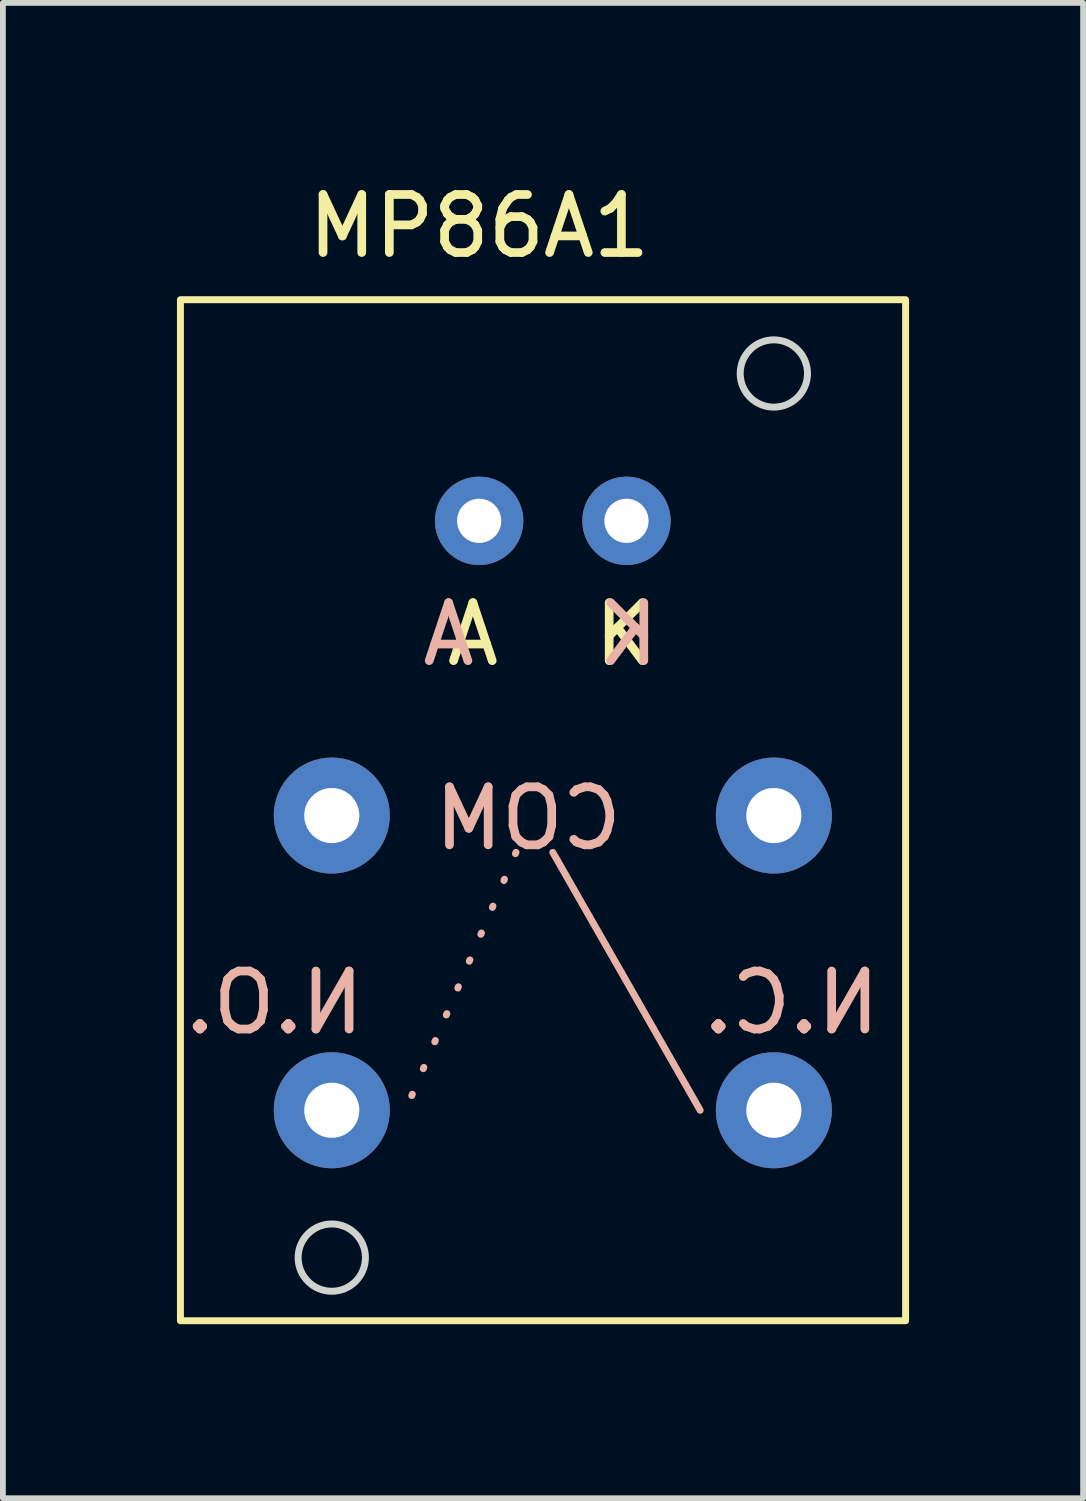
<source format=kicad_pcb>
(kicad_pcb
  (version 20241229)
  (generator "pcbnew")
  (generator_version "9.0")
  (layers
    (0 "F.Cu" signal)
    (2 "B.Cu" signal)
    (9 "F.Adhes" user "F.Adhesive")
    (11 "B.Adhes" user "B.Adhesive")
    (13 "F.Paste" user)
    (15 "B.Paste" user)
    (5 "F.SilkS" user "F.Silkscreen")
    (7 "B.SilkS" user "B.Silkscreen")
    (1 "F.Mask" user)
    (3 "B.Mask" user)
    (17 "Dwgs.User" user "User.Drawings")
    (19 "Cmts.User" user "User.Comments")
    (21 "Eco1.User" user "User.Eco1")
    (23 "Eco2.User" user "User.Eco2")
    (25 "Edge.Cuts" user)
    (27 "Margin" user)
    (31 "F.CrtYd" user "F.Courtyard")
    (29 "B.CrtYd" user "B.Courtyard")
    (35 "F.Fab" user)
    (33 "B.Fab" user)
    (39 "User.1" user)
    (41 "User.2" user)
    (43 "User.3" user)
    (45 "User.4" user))
  (footprint "MP86A1"
    (layer "F.Cu")
    (at 5.209 3.388)
    (property "Reference" "MP86A1" (at 0 -2.54 0) (unlocked yes) (layer "F.SilkS") (effects (font (size 1 1) (thickness 0.15))))
    (attr through_hole)
    (fp_rect (start -5.149 -1.272) (end 7.351 16.328) (stroke (width 0.12) (type default)) (fill no) (layer "F.SilkS"))
    (fp_line (start 0.635 8.255) (end -1.27 12.7) (stroke (width 0.12) (type dot)) (layer "B.SilkS"))
    (fp_line (start 1.27 8.255) (end 3.81 12.7) (stroke (width 0.12) (type default)) (layer "B.SilkS"))
    (fp_circle (center -2.54 15.24) (end -1.96 15.24) (stroke (width 0.12) (type default)) (fill no) (layer "Edge.Cuts"))
    (fp_circle (center 5.08 0) (end 5.66 0) (stroke (width 0.12) (type default)) (fill no) (layer "Edge.Cuts"))
    (fp_text user "A" (at -0.635 5.08 0) (unlocked yes) (layer "F.SilkS") (effects (font (size 1 1) (thickness 0.15)) (justify left bottom)))
    (fp_text user "K" (at 1.905 5.08 0) (unlocked yes) (layer "F.SilkS") (effects (font (size 1 1) (thickness 0.15)) (justify left bottom)))
    (fp_text user "COM" (at 2.54 8.255 0) (unlocked yes) (layer "B.SilkS") (effects (font (size 1 1) (thickness 0.15)) (justify left bottom mirror)))
    (fp_text user "K" (at 3.175 5.08 0) (unlocked yes) (layer "B.SilkS") (effects (font (size 1 1) (thickness 0.15)) (justify left bottom mirror)))
    (fp_text user "A" (at 0 5.08 0) (unlocked yes) (layer "B.SilkS") (effects (font (size 1 1) (thickness 0.15)) (justify left bottom mirror)))
    (fp_text user "N.O." (at -1.905 11.43 0) (unlocked yes) (layer "B.SilkS") (effects (font (size 1 1) (thickness 0.15)) (justify left bottom mirror)))
    (fp_text user "N.C." (at 6.985 11.43 0) (unlocked yes) (layer "B.SilkS") (effects (font (size 1 1) (thickness 0.15)) (justify left bottom mirror)))
    (pad "1" thru_hole circle (at -2.54 7.62) (size 2 2) (drill 0.95) (layers "*.Cu" "*.Mask"))
    (pad "1" thru_hole circle (at 5.08 7.62) (size 2 2) (drill 0.95) (layers "*.Cu" "*.Mask"))
    (pad "2" thru_hole circle (at -2.54 12.7) (size 2 2) (drill 0.95) (layers "*.Cu" "*.Mask"))
    (pad "3" thru_hole circle (at 5.08 12.7) (size 2 2) (drill 0.95) (layers "*.Cu" "*.Mask"))
    (pad "4" thru_hole circle (at 0 2.54) (size 1.524 1.524) (drill 0.762) (layers "*.Cu" "*.Mask"))
    (pad "5" thru_hole circle (at 2.54 2.54) (size 1.524 1.524) (drill 0.762) (layers "*.Cu" "*.Mask")))
  (gr_rect
    (start -3 -3)
    (end 15.62 22.776)
    (stroke (width 0.1) (type default))
    (fill no)
    (layer "Edge.Cuts")))
</source>
